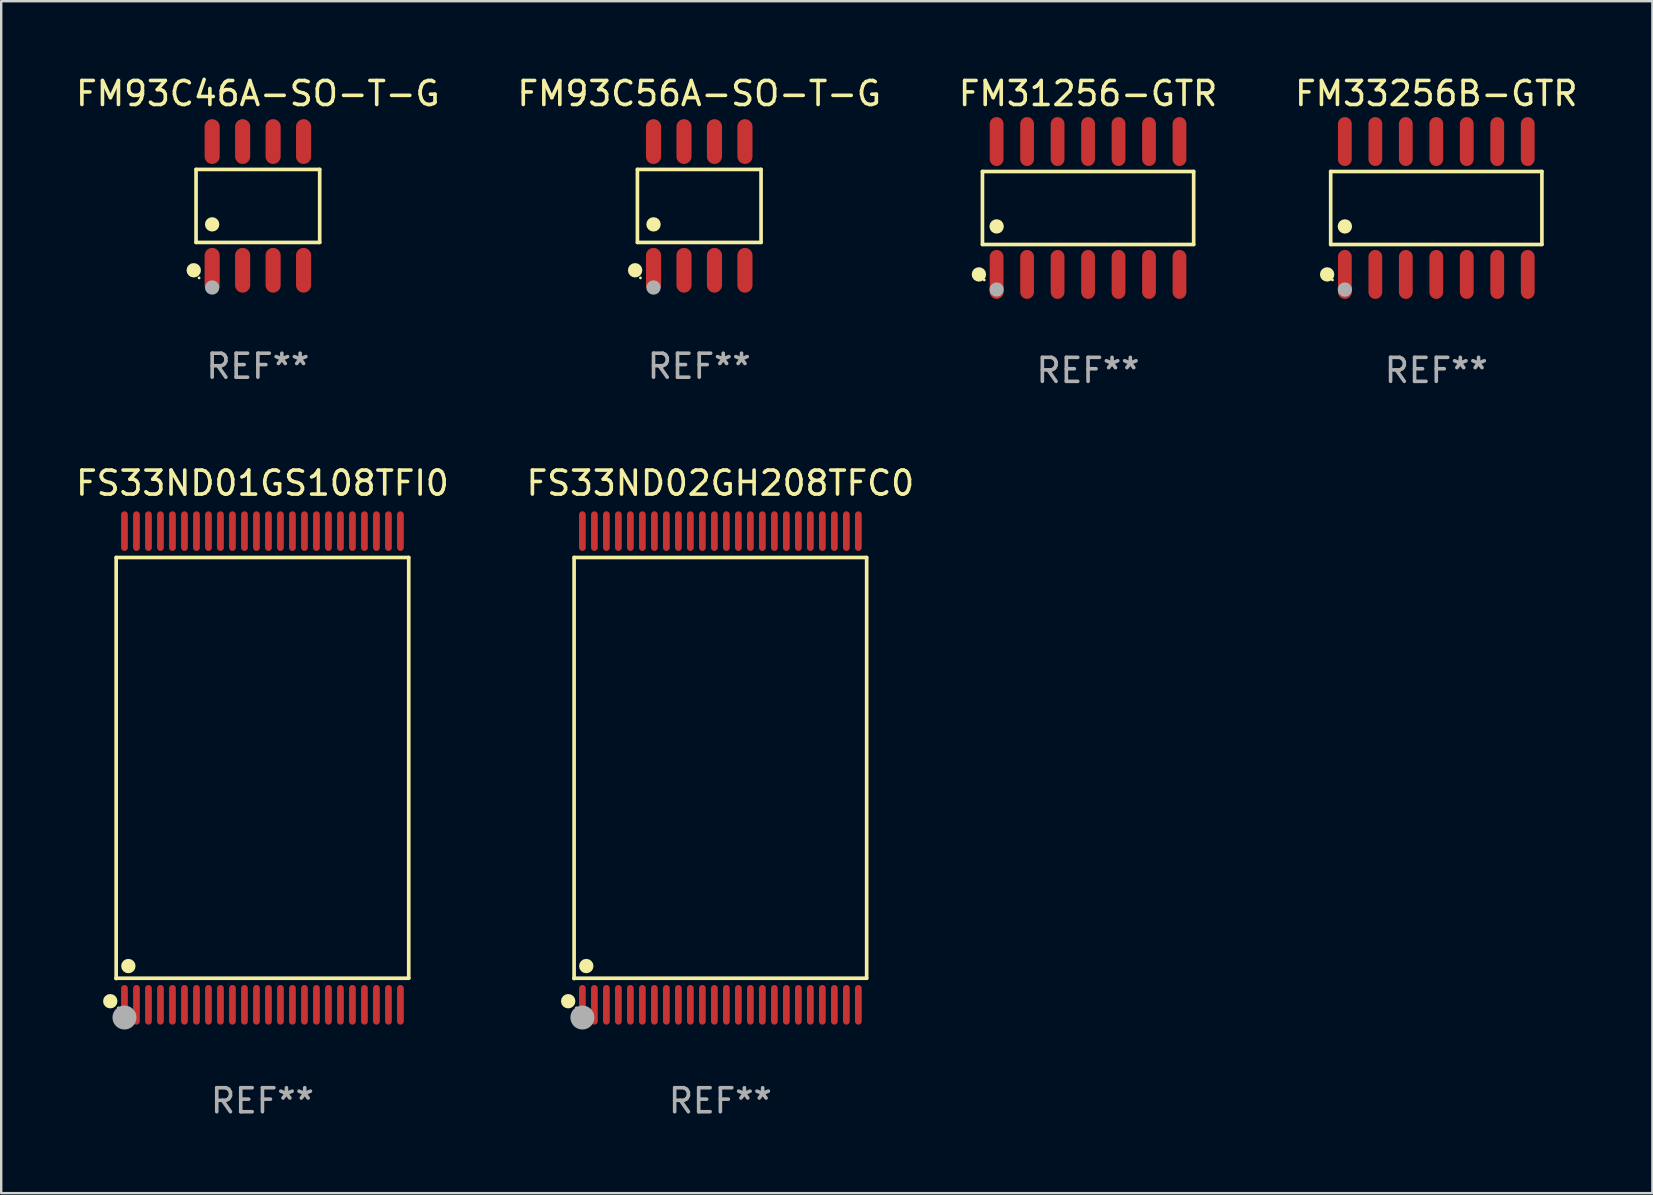
<source format=kicad_pcb>
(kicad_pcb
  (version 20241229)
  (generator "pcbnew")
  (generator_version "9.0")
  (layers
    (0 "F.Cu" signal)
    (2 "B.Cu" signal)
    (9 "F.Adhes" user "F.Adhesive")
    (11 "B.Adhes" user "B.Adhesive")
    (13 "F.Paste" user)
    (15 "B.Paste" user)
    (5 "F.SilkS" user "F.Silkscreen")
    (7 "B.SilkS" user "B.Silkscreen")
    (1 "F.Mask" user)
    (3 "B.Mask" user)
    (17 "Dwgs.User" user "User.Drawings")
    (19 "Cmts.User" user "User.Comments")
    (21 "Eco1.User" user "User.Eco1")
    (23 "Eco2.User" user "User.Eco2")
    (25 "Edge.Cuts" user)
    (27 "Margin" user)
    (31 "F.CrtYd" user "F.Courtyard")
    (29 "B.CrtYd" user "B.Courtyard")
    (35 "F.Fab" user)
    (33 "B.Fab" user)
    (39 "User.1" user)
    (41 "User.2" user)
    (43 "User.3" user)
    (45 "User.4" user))
  (footprint "FS33ND02GH208TFC0"
    (layer "F.Cu")
    (at 26.97 28.953)
    (property "Reference" "FS33ND02GH208TFC0" (at 0 -11.87 0) (layer "F.SilkS") (effects (font (size 1 1) (thickness 0.15))))
    (attr through_hole)
    (fp_line (start -6.096 -8.771) (end 6.096 -8.771) (stroke (width 0.152) (type solid)) (layer "F.SilkS"))
    (fp_line (start -6.096 8.763) (end -6.096 8.771) (stroke (width 0.152) (type solid)) (layer "F.SilkS"))
    (fp_line (start -6.096 8.771) (end -6.096 -8.771) (stroke (width 0.152) (type solid)) (layer "F.SilkS"))
    (fp_line (start 6.096 -8.771) (end 6.096 8.763) (stroke (width 0.152) (type solid)) (layer "F.SilkS"))
    (fp_line (start 6.096 8.763) (end -6.096 8.763) (stroke (width 0.152) (type solid)) (layer "F.SilkS"))
    (fp_circle (center -6.342 9.72) (end -6.192 9.72) (stroke (width 0.3) (type solid)) (fill no) (layer "F.SilkS"))
    (fp_circle (center -6 10) (end -5.97 10) (stroke (width 0.06) (type solid)) (fill no) (layer "F.SilkS"))
    (fp_circle (center -5.588 8.255) (end -5.438 8.255) (stroke (width 0.3) (type solid)) (fill no) (layer "F.SilkS"))
    (fp_circle (center -5.75 10.4) (end -5.5 10.4) (stroke (width 0.5) (type solid)) (fill no) (layer "F.Fab"))
    (fp_text user "REF**" (at 0 13.87 0) (layer "F.Fab") (effects (font (size 1 1) (thickness 0.15))))
    (pad "1" smd oval (at -5.75 9.87) (size 0.28 1.65) (layers "F.Cu" "F.Mask" "F.Paste"))
    (pad "2" smd oval (at -5.25 9.87) (size 0.28 1.65) (layers "F.Cu" "F.Mask" "F.Paste"))
    (pad "3" smd oval (at -4.75 9.87) (size 0.28 1.65) (layers "F.Cu" "F.Mask" "F.Paste"))
    (pad "4" smd oval (at -4.25 9.87) (size 0.28 1.65) (layers "F.Cu" "F.Mask" "F.Paste"))
    (pad "5" smd oval (at -3.75 9.87) (size 0.28 1.65) (layers "F.Cu" "F.Mask" "F.Paste"))
    (pad "6" smd oval (at -3.25 9.87) (size 0.28 1.65) (layers "F.Cu" "F.Mask" "F.Paste"))
    (pad "7" smd oval (at -2.75 9.87) (size 0.28 1.65) (layers "F.Cu" "F.Mask" "F.Paste"))
    (pad "8" smd oval (at -2.25 9.87) (size 0.28 1.65) (layers "F.Cu" "F.Mask" "F.Paste"))
    (pad "9" smd oval (at -1.75 9.87) (size 0.28 1.65) (layers "F.Cu" "F.Mask" "F.Paste"))
    (pad "10" smd oval (at -1.25 9.87) (size 0.28 1.65) (layers "F.Cu" "F.Mask" "F.Paste"))
    (pad "11" smd oval (at -0.75 9.87) (size 0.28 1.65) (layers "F.Cu" "F.Mask" "F.Paste"))
    (pad "12" smd oval (at -0.25 9.87) (size 0.28 1.65) (layers "F.Cu" "F.Mask" "F.Paste"))
    (pad "13" smd oval (at 0.25 9.87) (size 0.28 1.65) (layers "F.Cu" "F.Mask" "F.Paste"))
    (pad "14" smd oval (at 0.75 9.87) (size 0.28 1.65) (layers "F.Cu" "F.Mask" "F.Paste"))
    (pad "15" smd oval (at 1.25 9.87) (size 0.28 1.65) (layers "F.Cu" "F.Mask" "F.Paste"))
    (pad "16" smd oval (at 1.75 9.87) (size 0.28 1.65) (layers "F.Cu" "F.Mask" "F.Paste"))
    (pad "17" smd oval (at 2.25 9.87) (size 0.28 1.65) (layers "F.Cu" "F.Mask" "F.Paste"))
    (pad "18" smd oval (at 2.75 9.87) (size 0.28 1.65) (layers "F.Cu" "F.Mask" "F.Paste"))
    (pad "19" smd oval (at 3.25 9.87) (size 0.28 1.65) (layers "F.Cu" "F.Mask" "F.Paste"))
    (pad "20" smd oval (at 3.75 9.87) (size 0.28 1.65) (layers "F.Cu" "F.Mask" "F.Paste"))
    (pad "21" smd oval (at 4.25 9.87) (size 0.28 1.65) (layers "F.Cu" "F.Mask" "F.Paste"))
    (pad "22" smd oval (at 4.75 9.87) (size 0.28 1.65) (layers "F.Cu" "F.Mask" "F.Paste"))
    (pad "23" smd oval (at 5.25 9.87) (size 0.28 1.65) (layers "F.Cu" "F.Mask" "F.Paste"))
    (pad "24" smd oval (at 5.75 9.87) (size 0.28 1.65) (layers "F.Cu" "F.Mask" "F.Paste"))
    (pad "25" smd oval (at 5.75 -9.87) (size 0.28 1.65) (layers "F.Cu" "F.Mask" "F.Paste"))
    (pad "26" smd oval (at 5.25 -9.87) (size 0.28 1.65) (layers "F.Cu" "F.Mask" "F.Paste"))
    (pad "27" smd oval (at 4.75 -9.87) (size 0.28 1.65) (layers "F.Cu" "F.Mask" "F.Paste"))
    (pad "28" smd oval (at 4.25 -9.87) (size 0.28 1.65) (layers "F.Cu" "F.Mask" "F.Paste"))
    (pad "29" smd oval (at 3.75 -9.87) (size 0.28 1.65) (layers "F.Cu" "F.Mask" "F.Paste"))
    (pad "30" smd oval (at 3.25 -9.87) (size 0.28 1.65) (layers "F.Cu" "F.Mask" "F.Paste"))
    (pad "31" smd oval (at 2.75 -9.87) (size 0.28 1.65) (layers "F.Cu" "F.Mask" "F.Paste"))
    (pad "32" smd oval (at 2.25 -9.87) (size 0.28 1.65) (layers "F.Cu" "F.Mask" "F.Paste"))
    (pad "33" smd oval (at 1.75 -9.87) (size 0.28 1.65) (layers "F.Cu" "F.Mask" "F.Paste"))
    (pad "34" smd oval (at 1.25 -9.87) (size 0.28 1.65) (layers "F.Cu" "F.Mask" "F.Paste"))
    (pad "35" smd oval (at 0.75 -9.87) (size 0.28 1.65) (layers "F.Cu" "F.Mask" "F.Paste"))
    (pad "36" smd oval (at 0.25 -9.87) (size 0.28 1.65) (layers "F.Cu" "F.Mask" "F.Paste"))
    (pad "37" smd oval (at -0.25 -9.87) (size 0.28 1.65) (layers "F.Cu" "F.Mask" "F.Paste"))
    (pad "38" smd oval (at -0.75 -9.87) (size 0.28 1.65) (layers "F.Cu" "F.Mask" "F.Paste"))
    (pad "39" smd oval (at -1.25 -9.87) (size 0.28 1.65) (layers "F.Cu" "F.Mask" "F.Paste"))
    (pad "40" smd oval (at -1.75 -9.87) (size 0.28 1.65) (layers "F.Cu" "F.Mask" "F.Paste"))
    (pad "41" smd oval (at -2.25 -9.87) (size 0.28 1.65) (layers "F.Cu" "F.Mask" "F.Paste"))
    (pad "42" smd oval (at -2.75 -9.87) (size 0.28 1.65) (layers "F.Cu" "F.Mask" "F.Paste"))
    (pad "43" smd oval (at -3.25 -9.87) (size 0.28 1.65) (layers "F.Cu" "F.Mask" "F.Paste"))
    (pad "44" smd oval (at -3.75 -9.87) (size 0.28 1.65) (layers "F.Cu" "F.Mask" "F.Paste"))
    (pad "45" smd oval (at -4.25 -9.87) (size 0.28 1.65) (layers "F.Cu" "F.Mask" "F.Paste"))
    (pad "46" smd oval (at -4.75 -9.87) (size 0.28 1.65) (layers "F.Cu" "F.Mask" "F.Paste"))
    (pad "47" smd oval (at -5.25 -9.87) (size 0.28 1.65) (layers "F.Cu" "F.Mask" "F.Paste"))
    (pad "48" smd oval (at -5.75 -9.87) (size 0.28 1.65) (layers "F.Cu" "F.Mask" "F.Paste")))
  (footprint "FM33256B-GTR"
    (layer "F.Cu")
    (at 56.804 5.617)
    (property "Reference" "FM33256B-GTR" (at 0 -4.769 0) (layer "F.SilkS") (effects (font (size 1 1) (thickness 0.15))))
    (attr through_hole)
    (fp_line (start -4.401 -1.521) (end 4.401 -1.521) (stroke (width 0.152) (type solid)) (layer "F.SilkS"))
    (fp_line (start -4.401 1.521) (end -4.401 -1.521) (stroke (width 0.152) (type solid)) (layer "F.SilkS"))
    (fp_line (start 4.401 -1.521) (end 4.401 1.521) (stroke (width 0.152) (type solid)) (layer "F.SilkS"))
    (fp_line (start 4.401 1.521) (end -4.401 1.521) (stroke (width 0.152) (type solid)) (layer "F.SilkS"))
    (fp_circle (center -4.549 2.769) (end -4.399 2.769) (stroke (width 0.3) (type solid)) (fill no) (layer "F.SilkS"))
    (fp_circle (center -4.325 3) (end -4.295 3) (stroke (width 0.06) (type solid)) (fill no) (layer "F.SilkS"))
    (fp_circle (center -3.81 0.769) (end -3.66 0.769) (stroke (width 0.3) (type solid)) (fill no) (layer "F.SilkS"))
    (fp_circle (center -3.81 3.4) (end -3.66 3.4) (stroke (width 0.3) (type solid)) (fill no) (layer "F.Fab"))
    (fp_text user "REF**" (at 0 6.769 0) (layer "F.Fab") (effects (font (size 1 1) (thickness 0.15))))
    (pad "1" smd oval (at -3.81 2.769) (size 0.574 2.038) (layers "F.Cu" "F.Mask" "F.Paste"))
    (pad "2" smd oval (at -2.54 2.769) (size 0.574 2.038) (layers "F.Cu" "F.Mask" "F.Paste"))
    (pad "3" smd oval (at -1.27 2.769) (size 0.574 2.038) (layers "F.Cu" "F.Mask" "F.Paste"))
    (pad "4" smd oval (at 0 2.769) (size 0.574 2.038) (layers "F.Cu" "F.Mask" "F.Paste"))
    (pad "5" smd oval (at 1.27 2.769) (size 0.574 2.038) (layers "F.Cu" "F.Mask" "F.Paste"))
    (pad "6" smd oval (at 2.54 2.769) (size 0.574 2.038) (layers "F.Cu" "F.Mask" "F.Paste"))
    (pad "7" smd oval (at 3.81 2.769) (size 0.574 2.038) (layers "F.Cu" "F.Mask" "F.Paste"))
    (pad "8" smd oval (at 3.81 -2.769) (size 0.574 2.038) (layers "F.Cu" "F.Mask" "F.Paste"))
    (pad "9" smd oval (at 2.54 -2.769) (size 0.574 2.038) (layers "F.Cu" "F.Mask" "F.Paste"))
    (pad "10" smd oval (at 1.27 -2.769) (size 0.574 2.038) (layers "F.Cu" "F.Mask" "F.Paste"))
    (pad "11" smd oval (at 0 -2.769) (size 0.574 2.038) (layers "F.Cu" "F.Mask" "F.Paste"))
    (pad "12" smd oval (at -1.27 -2.769) (size 0.574 2.038) (layers "F.Cu" "F.Mask" "F.Paste"))
    (pad "13" smd oval (at -2.54 -2.769) (size 0.574 2.038) (layers "F.Cu" "F.Mask" "F.Paste"))
    (pad "14" smd oval (at -3.81 -2.769) (size 0.574 2.038) (layers "F.Cu" "F.Mask" "F.Paste")))
  (footprint "FM93C46A-SO-T-G"
    (layer "F.Cu")
    (at 7.696 5.531)
    (property "Reference" "FM93C46A-SO-T-G" (at 0 -4.682 0) (layer "F.SilkS") (effects (font (size 1 1) (thickness 0.15))))
    (attr through_hole)
    (fp_line (start -2.576 -1.521) (end 2.576 -1.521) (stroke (width 0.152) (type solid)) (layer "F.SilkS"))
    (fp_line (start -2.576 1.521) (end -2.576 -1.521) (stroke (width 0.152) (type solid)) (layer "F.SilkS"))
    (fp_line (start 2.576 -1.521) (end 2.576 1.521) (stroke (width 0.152) (type solid)) (layer "F.SilkS"))
    (fp_line (start 2.576 1.521) (end -2.576 1.521) (stroke (width 0.152) (type solid)) (layer "F.SilkS"))
    (fp_circle (center -2.672 2.682) (end -2.522 2.682) (stroke (width 0.3) (type solid)) (fill no) (layer "F.SilkS"))
    (fp_circle (center -2.45 3) (end -2.42 3) (stroke (width 0.06) (type solid)) (fill no) (layer "F.SilkS"))
    (fp_circle (center -1.905 0.769) (end -1.755 0.769) (stroke (width 0.3) (type solid)) (fill no) (layer "F.SilkS"))
    (fp_circle (center -1.905 3.4) (end -1.755 3.4) (stroke (width 0.3) (type solid)) (fill no) (layer "F.Fab"))
    (fp_text user "REF**" (at 0 6.682 0) (layer "F.Fab") (effects (font (size 1 1) (thickness 0.15))))
    (pad "1" smd oval (at -1.905 2.682) (size 0.63 1.865) (layers "F.Cu" "F.Mask" "F.Paste"))
    (pad "2" smd oval (at -0.635 2.682) (size 0.63 1.865) (layers "F.Cu" "F.Mask" "F.Paste"))
    (pad "3" smd oval (at 0.635 2.682) (size 0.63 1.865) (layers "F.Cu" "F.Mask" "F.Paste"))
    (pad "4" smd oval (at 1.905 2.682) (size 0.63 1.865) (layers "F.Cu" "F.Mask" "F.Paste"))
    (pad "5" smd oval (at 1.905 -2.682) (size 0.63 1.865) (layers "F.Cu" "F.Mask" "F.Paste"))
    (pad "6" smd oval (at 0.635 -2.682) (size 0.63 1.865) (layers "F.Cu" "F.Mask" "F.Paste"))
    (pad "7" smd oval (at -0.635 -2.682) (size 0.63 1.865) (layers "F.Cu" "F.Mask" "F.Paste"))
    (pad "8" smd oval (at -1.905 -2.682) (size 0.63 1.865) (layers "F.Cu" "F.Mask" "F.Paste")))
  (footprint "FM93C56A-SO-T-G"
    (layer "F.Cu")
    (at 26.089 5.531)
    (property "Reference" "FM93C56A-SO-T-G" (at 0 -4.682 0) (layer "F.SilkS") (effects (font (size 1 1) (thickness 0.15))))
    (attr through_hole)
    (fp_line (start -2.576 -1.521) (end 2.576 -1.521) (stroke (width 0.152) (type solid)) (layer "F.SilkS"))
    (fp_line (start -2.576 1.521) (end -2.576 -1.521) (stroke (width 0.152) (type solid)) (layer "F.SilkS"))
    (fp_line (start 2.576 -1.521) (end 2.576 1.521) (stroke (width 0.152) (type solid)) (layer "F.SilkS"))
    (fp_line (start 2.576 1.521) (end -2.576 1.521) (stroke (width 0.152) (type solid)) (layer "F.SilkS"))
    (fp_circle (center -2.672 2.682) (end -2.522 2.682) (stroke (width 0.3) (type solid)) (fill no) (layer "F.SilkS"))
    (fp_circle (center -2.45 3) (end -2.42 3) (stroke (width 0.06) (type solid)) (fill no) (layer "F.SilkS"))
    (fp_circle (center -1.905 0.769) (end -1.755 0.769) (stroke (width 0.3) (type solid)) (fill no) (layer "F.SilkS"))
    (fp_circle (center -1.905 3.4) (end -1.755 3.4) (stroke (width 0.3) (type solid)) (fill no) (layer "F.Fab"))
    (fp_text user "REF**" (at 0 6.682 0) (layer "F.Fab") (effects (font (size 1 1) (thickness 0.15))))
    (pad "1" smd oval (at -1.905 2.682) (size 0.63 1.865) (layers "F.Cu" "F.Mask" "F.Paste"))
    (pad "2" smd oval (at -0.635 2.682) (size 0.63 1.865) (layers "F.Cu" "F.Mask" "F.Paste"))
    (pad "3" smd oval (at 0.635 2.682) (size 0.63 1.865) (layers "F.Cu" "F.Mask" "F.Paste"))
    (pad "4" smd oval (at 1.905 2.682) (size 0.63 1.865) (layers "F.Cu" "F.Mask" "F.Paste"))
    (pad "5" smd oval (at 1.905 -2.682) (size 0.63 1.865) (layers "F.Cu" "F.Mask" "F.Paste"))
    (pad "6" smd oval (at 0.635 -2.682) (size 0.63 1.865) (layers "F.Cu" "F.Mask" "F.Paste"))
    (pad "7" smd oval (at -0.635 -2.682) (size 0.63 1.865) (layers "F.Cu" "F.Mask" "F.Paste"))
    (pad "8" smd oval (at -1.905 -2.682) (size 0.63 1.865) (layers "F.Cu" "F.Mask" "F.Paste")))
  (footprint "FM31256-GTR"
    (layer "F.Cu")
    (at 42.292 5.617)
    (property "Reference" "FM31256-GTR" (at 0 -4.769 0) (layer "F.SilkS") (effects (font (size 1 1) (thickness 0.15))))
    (attr through_hole)
    (fp_line (start -4.401 -1.521) (end 4.401 -1.521) (stroke (width 0.152) (type solid)) (layer "F.SilkS"))
    (fp_line (start -4.401 1.521) (end -4.401 -1.521) (stroke (width 0.152) (type solid)) (layer "F.SilkS"))
    (fp_line (start 4.401 -1.521) (end 4.401 1.521) (stroke (width 0.152) (type solid)) (layer "F.SilkS"))
    (fp_line (start 4.401 1.521) (end -4.401 1.521) (stroke (width 0.152) (type solid)) (layer "F.SilkS"))
    (fp_circle (center -4.549 2.769) (end -4.399 2.769) (stroke (width 0.3) (type solid)) (fill no) (layer "F.SilkS"))
    (fp_circle (center -4.325 3) (end -4.295 3) (stroke (width 0.06) (type solid)) (fill no) (layer "F.SilkS"))
    (fp_circle (center -3.81 0.769) (end -3.66 0.769) (stroke (width 0.3) (type solid)) (fill no) (layer "F.SilkS"))
    (fp_circle (center -3.81 3.4) (end -3.66 3.4) (stroke (width 0.3) (type solid)) (fill no) (layer "F.Fab"))
    (fp_text user "REF**" (at 0 6.769 0) (layer "F.Fab") (effects (font (size 1 1) (thickness 0.15))))
    (pad "1" smd oval (at -3.81 2.769) (size 0.574 2.038) (layers "F.Cu" "F.Mask" "F.Paste"))
    (pad "2" smd oval (at -2.54 2.769) (size 0.574 2.038) (layers "F.Cu" "F.Mask" "F.Paste"))
    (pad "3" smd oval (at -1.27 2.769) (size 0.574 2.038) (layers "F.Cu" "F.Mask" "F.Paste"))
    (pad "4" smd oval (at 0 2.769) (size 0.574 2.038) (layers "F.Cu" "F.Mask" "F.Paste"))
    (pad "5" smd oval (at 1.27 2.769) (size 0.574 2.038) (layers "F.Cu" "F.Mask" "F.Paste"))
    (pad "6" smd oval (at 2.54 2.769) (size 0.574 2.038) (layers "F.Cu" "F.Mask" "F.Paste"))
    (pad "7" smd oval (at 3.81 2.769) (size 0.574 2.038) (layers "F.Cu" "F.Mask" "F.Paste"))
    (pad "8" smd oval (at 3.81 -2.769) (size 0.574 2.038) (layers "F.Cu" "F.Mask" "F.Paste"))
    (pad "9" smd oval (at 2.54 -2.769) (size 0.574 2.038) (layers "F.Cu" "F.Mask" "F.Paste"))
    (pad "10" smd oval (at 1.27 -2.769) (size 0.574 2.038) (layers "F.Cu" "F.Mask" "F.Paste"))
    (pad "11" smd oval (at 0 -2.769) (size 0.574 2.038) (layers "F.Cu" "F.Mask" "F.Paste"))
    (pad "12" smd oval (at -1.27 -2.769) (size 0.574 2.038) (layers "F.Cu" "F.Mask" "F.Paste"))
    (pad "13" smd oval (at -2.54 -2.769) (size 0.574 2.038) (layers "F.Cu" "F.Mask" "F.Paste"))
    (pad "14" smd oval (at -3.81 -2.769) (size 0.574 2.038) (layers "F.Cu" "F.Mask" "F.Paste")))
  (footprint "FS33ND01GS108TFI0"
    (layer "F.Cu")
    (at 7.887 28.953)
    (property "Reference" "FS33ND01GS108TFI0" (at 0 -11.87 0) (layer "F.SilkS") (effects (font (size 1 1) (thickness 0.15))))
    (attr through_hole)
    (fp_line (start -6.096 -8.771) (end 6.096 -8.771) (stroke (width 0.152) (type solid)) (layer "F.SilkS"))
    (fp_line (start -6.096 8.763) (end -6.096 8.771) (stroke (width 0.152) (type solid)) (layer "F.SilkS"))
    (fp_line (start -6.096 8.771) (end -6.096 -8.771) (stroke (width 0.152) (type solid)) (layer "F.SilkS"))
    (fp_line (start 6.096 -8.771) (end 6.096 8.763) (stroke (width 0.152) (type solid)) (layer "F.SilkS"))
    (fp_line (start 6.096 8.763) (end -6.096 8.763) (stroke (width 0.152) (type solid)) (layer "F.SilkS"))
    (fp_circle (center -6.342 9.72) (end -6.192 9.72) (stroke (width 0.3) (type solid)) (fill no) (layer "F.SilkS"))
    (fp_circle (center -6 10) (end -5.97 10) (stroke (width 0.06) (type solid)) (fill no) (layer "F.SilkS"))
    (fp_circle (center -5.588 8.255) (end -5.438 8.255) (stroke (width 0.3) (type solid)) (fill no) (layer "F.SilkS"))
    (fp_circle (center -5.75 10.4) (end -5.5 10.4) (stroke (width 0.5) (type solid)) (fill no) (layer "F.Fab"))
    (fp_text user "REF**" (at 0 13.87 0) (layer "F.Fab") (effects (font (size 1 1) (thickness 0.15))))
    (pad "1" smd oval (at -5.75 9.87) (size 0.28 1.65) (layers "F.Cu" "F.Mask" "F.Paste"))
    (pad "2" smd oval (at -5.25 9.87) (size 0.28 1.65) (layers "F.Cu" "F.Mask" "F.Paste"))
    (pad "3" smd oval (at -4.75 9.87) (size 0.28 1.65) (layers "F.Cu" "F.Mask" "F.Paste"))
    (pad "4" smd oval (at -4.25 9.87) (size 0.28 1.65) (layers "F.Cu" "F.Mask" "F.Paste"))
    (pad "5" smd oval (at -3.75 9.87) (size 0.28 1.65) (layers "F.Cu" "F.Mask" "F.Paste"))
    (pad "6" smd oval (at -3.25 9.87) (size 0.28 1.65) (layers "F.Cu" "F.Mask" "F.Paste"))
    (pad "7" smd oval (at -2.75 9.87) (size 0.28 1.65) (layers "F.Cu" "F.Mask" "F.Paste"))
    (pad "8" smd oval (at -2.25 9.87) (size 0.28 1.65) (layers "F.Cu" "F.Mask" "F.Paste"))
    (pad "9" smd oval (at -1.75 9.87) (size 0.28 1.65) (layers "F.Cu" "F.Mask" "F.Paste"))
    (pad "10" smd oval (at -1.25 9.87) (size 0.28 1.65) (layers "F.Cu" "F.Mask" "F.Paste"))
    (pad "11" smd oval (at -0.75 9.87) (size 0.28 1.65) (layers "F.Cu" "F.Mask" "F.Paste"))
    (pad "12" smd oval (at -0.25 9.87) (size 0.28 1.65) (layers "F.Cu" "F.Mask" "F.Paste"))
    (pad "13" smd oval (at 0.25 9.87) (size 0.28 1.65) (layers "F.Cu" "F.Mask" "F.Paste"))
    (pad "14" smd oval (at 0.75 9.87) (size 0.28 1.65) (layers "F.Cu" "F.Mask" "F.Paste"))
    (pad "15" smd oval (at 1.25 9.87) (size 0.28 1.65) (layers "F.Cu" "F.Mask" "F.Paste"))
    (pad "16" smd oval (at 1.75 9.87) (size 0.28 1.65) (layers "F.Cu" "F.Mask" "F.Paste"))
    (pad "17" smd oval (at 2.25 9.87) (size 0.28 1.65) (layers "F.Cu" "F.Mask" "F.Paste"))
    (pad "18" smd oval (at 2.75 9.87) (size 0.28 1.65) (layers "F.Cu" "F.Mask" "F.Paste"))
    (pad "19" smd oval (at 3.25 9.87) (size 0.28 1.65) (layers "F.Cu" "F.Mask" "F.Paste"))
    (pad "20" smd oval (at 3.75 9.87) (size 0.28 1.65) (layers "F.Cu" "F.Mask" "F.Paste"))
    (pad "21" smd oval (at 4.25 9.87) (size 0.28 1.65) (layers "F.Cu" "F.Mask" "F.Paste"))
    (pad "22" smd oval (at 4.75 9.87) (size 0.28 1.65) (layers "F.Cu" "F.Mask" "F.Paste"))
    (pad "23" smd oval (at 5.25 9.87) (size 0.28 1.65) (layers "F.Cu" "F.Mask" "F.Paste"))
    (pad "24" smd oval (at 5.75 9.87) (size 0.28 1.65) (layers "F.Cu" "F.Mask" "F.Paste"))
    (pad "25" smd oval (at 5.75 -9.87) (size 0.28 1.65) (layers "F.Cu" "F.Mask" "F.Paste"))
    (pad "26" smd oval (at 5.25 -9.87) (size 0.28 1.65) (layers "F.Cu" "F.Mask" "F.Paste"))
    (pad "27" smd oval (at 4.75 -9.87) (size 0.28 1.65) (layers "F.Cu" "F.Mask" "F.Paste"))
    (pad "28" smd oval (at 4.25 -9.87) (size 0.28 1.65) (layers "F.Cu" "F.Mask" "F.Paste"))
    (pad "29" smd oval (at 3.75 -9.87) (size 0.28 1.65) (layers "F.Cu" "F.Mask" "F.Paste"))
    (pad "30" smd oval (at 3.25 -9.87) (size 0.28 1.65) (layers "F.Cu" "F.Mask" "F.Paste"))
    (pad "31" smd oval (at 2.75 -9.87) (size 0.28 1.65) (layers "F.Cu" "F.Mask" "F.Paste"))
    (pad "32" smd oval (at 2.25 -9.87) (size 0.28 1.65) (layers "F.Cu" "F.Mask" "F.Paste"))
    (pad "33" smd oval (at 1.75 -9.87) (size 0.28 1.65) (layers "F.Cu" "F.Mask" "F.Paste"))
    (pad "34" smd oval (at 1.25 -9.87) (size 0.28 1.65) (layers "F.Cu" "F.Mask" "F.Paste"))
    (pad "35" smd oval (at 0.75 -9.87) (size 0.28 1.65) (layers "F.Cu" "F.Mask" "F.Paste"))
    (pad "36" smd oval (at 0.25 -9.87) (size 0.28 1.65) (layers "F.Cu" "F.Mask" "F.Paste"))
    (pad "37" smd oval (at -0.25 -9.87) (size 0.28 1.65) (layers "F.Cu" "F.Mask" "F.Paste"))
    (pad "38" smd oval (at -0.75 -9.87) (size 0.28 1.65) (layers "F.Cu" "F.Mask" "F.Paste"))
    (pad "39" smd oval (at -1.25 -9.87) (size 0.28 1.65) (layers "F.Cu" "F.Mask" "F.Paste"))
    (pad "40" smd oval (at -1.75 -9.87) (size 0.28 1.65) (layers "F.Cu" "F.Mask" "F.Paste"))
    (pad "41" smd oval (at -2.25 -9.87) (size 0.28 1.65) (layers "F.Cu" "F.Mask" "F.Paste"))
    (pad "42" smd oval (at -2.75 -9.87) (size 0.28 1.65) (layers "F.Cu" "F.Mask" "F.Paste"))
    (pad "43" smd oval (at -3.25 -9.87) (size 0.28 1.65) (layers "F.Cu" "F.Mask" "F.Paste"))
    (pad "44" smd oval (at -3.75 -9.87) (size 0.28 1.65) (layers "F.Cu" "F.Mask" "F.Paste"))
    (pad "45" smd oval (at -4.25 -9.87) (size 0.28 1.65) (layers "F.Cu" "F.Mask" "F.Paste"))
    (pad "46" smd oval (at -4.75 -9.87) (size 0.28 1.65) (layers "F.Cu" "F.Mask" "F.Paste"))
    (pad "47" smd oval (at -5.25 -9.87) (size 0.28 1.65) (layers "F.Cu" "F.Mask" "F.Paste"))
    (pad "48" smd oval (at -5.75 -9.87) (size 0.28 1.65) (layers "F.Cu" "F.Mask" "F.Paste")))
  (gr_rect
    (start -3 -3)
    (end 65.81 46.672)
    (stroke (width 0.1) (type default))
    (fill no)
    (layer "Edge.Cuts")))
</source>
